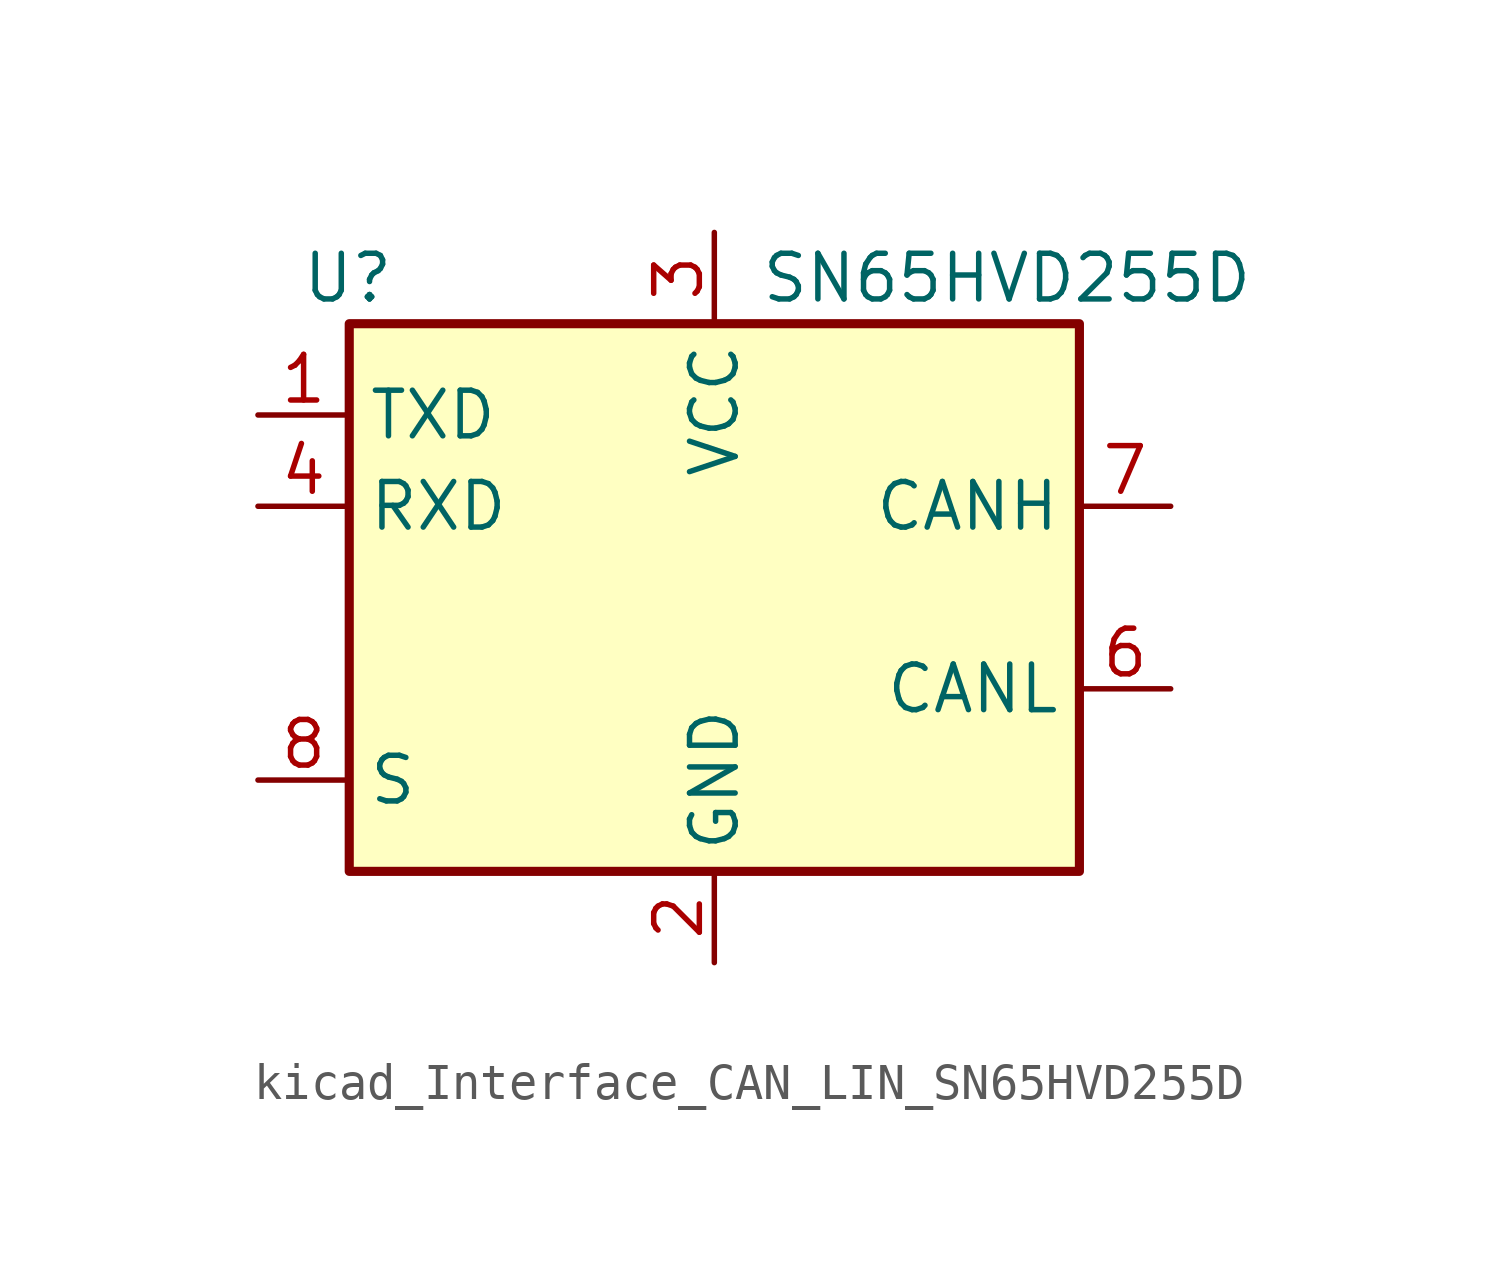
<source format=kicad_sym>
(kicad_symbol_lib
  (version 20220914)
  (generator kicad_symbol_editor)
  (symbol "kicad_Interface_CAN_LIN_SN65HVD255D"
    (property "Reference" "U"
      (at -8.89 8.89 0)
      (effects (font (size 1.27 1.27)) (justify right)))
    (property "Value" "SN65HVD255D"
      (at 1.27 8.89 0)
      (effects (font (size 1.27 1.27)) (justify left)))
    (symbol "kicad_Interface_CAN_LIN_SN65HVD255D_0_1"
      (rectangle (start -10.16 7.62) (end 10.16 -7.62) (stroke (width 0.254) (type default)) (fill (type background))))
    (symbol "kicad_Interface_CAN_LIN_SN65HVD255D_1_1"
      (pin input line (at -12.7 5.08 0) (length 2.54) (name "TXD" (effects (font (size 1.27 1.27)))) (number "1" (effects (font (size 1.27 1.27)))))
      (pin power_in line (at 0 -10.16 90) (length 2.54) (name "GND" (effects (font (size 1.27 1.27)))) (number "2" (effects (font (size 1.27 1.27)))))
      (pin power_in line (at 0 10.16 270) (length 2.54) (name "VCC" (effects (font (size 1.27 1.27)))) (number "3" (effects (font (size 1.27 1.27)))))
      (pin output line (at -12.7 2.54 0) (length 2.54) (name "RXD" (effects (font (size 1.27 1.27)))) (number "4" (effects (font (size 1.27 1.27)))))
      (pin no_connect line (at -10.16 -2.54 0) (length 2.54) hide (name "NC" (effects (font (size 1.27 1.27)))) (number "5" (effects (font (size 1.27 1.27)))))
      (pin bidirectional line (at 12.7 -2.54 180) (length 2.54) (name "CANL" (effects (font (size 1.27 1.27)))) (number "6" (effects (font (size 1.27 1.27)))))
      (pin bidirectional line (at 12.7 2.54 180) (length 2.54) (name "CANH" (effects (font (size 1.27 1.27)))) (number "7" (effects (font (size 1.27 1.27)))))
      (pin input line (at -12.7 -5.08 0) (length 2.54) (name "S" (effects (font (size 1.27 1.27)))) (number "8" (effects (font (size 1.27 1.27))))))))
</source>
